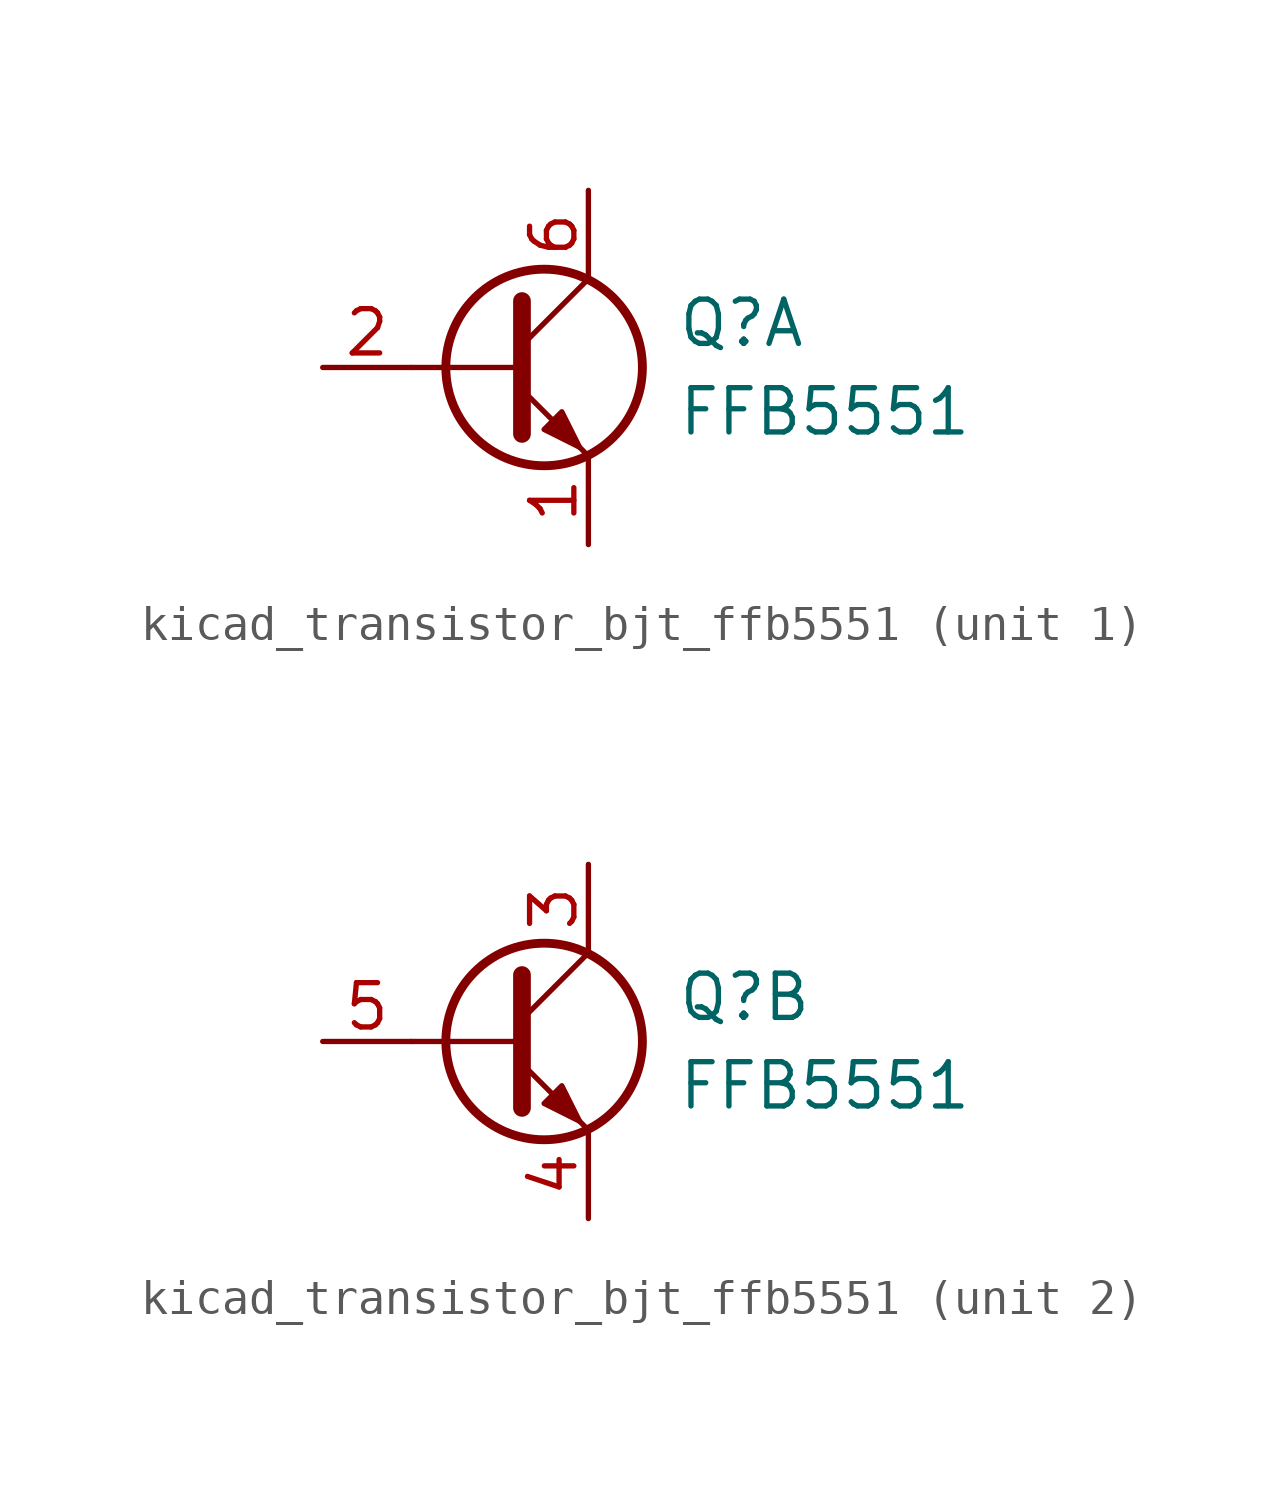
<source format=kicad_sym>
(kicad_symbol_lib
  (version 20220914)
  (generator kicad_symbol_editor)
  (symbol "kicad_transistor_bjt_ffb5551"
    (pin_names
      (offset 0) hide)
    (property "Reference" "Q"
      (at 5.08 1.27 0)
      (effects (font (size 1.27 1.27)) (justify left)))
    (property "Value" "FFB5551"
      (at 5.08 -1.27 0)
      (effects (font (size 1.27 1.27)) (justify left)))
    (property "ki_locked" ""
      (at 0 0 0)
      (effects (font (size 1.27 1.27))))
    (symbol "kicad_transistor_bjt_ffb5551_0_1"
      (polyline (pts (xy 0.635 0) (xy -2.54 0)) (stroke (width 0) (type default)) (fill (type none)))
      (polyline (pts (xy 0.635 0.635) (xy 2.54 2.54)) (stroke (width 0) (type default)) (fill (type none)))
      (polyline (pts (xy 0.635 -0.635) (xy 2.54 -2.54) (xy 2.54 -2.54)) (stroke (width 0) (type default)) (fill (type none)))
      (polyline (pts (xy 0.635 1.905) (xy 0.635 -1.905) (xy 0.635 -1.905)) (stroke (width 0.508) (type default)) (fill (type none)))
      (polyline (pts (xy 1.27 -1.778) (xy 1.778 -1.27) (xy 2.286 -2.286) (xy 1.27 -1.778) (xy 1.27 -1.778)) (stroke (width 0) (type default)) (fill (type outline)))
      (circle (center 1.27 0) (radius 2.819) (stroke (width 0.254) (type default)) (fill (type none))))
    (symbol "kicad_transistor_bjt_ffb5551_1_1"
      (pin passive line (at 2.54 -5.08 90) (length 2.54) (name "E1" (effects (font (size 1.27 1.27)))) (number "1" (effects (font (size 1.27 1.27)))))
      (pin input line (at -5.08 0 0) (length 2.54) (name "B1" (effects (font (size 1.27 1.27)))) (number "2" (effects (font (size 1.27 1.27)))))
      (pin passive line (at 2.54 5.08 270) (length 2.54) (name "C1" (effects (font (size 1.27 1.27)))) (number "6" (effects (font (size 1.27 1.27))))))
    (symbol "kicad_transistor_bjt_ffb5551_2_1"
      (pin passive line (at 2.54 5.08 270) (length 2.54) (name "C2" (effects (font (size 1.27 1.27)))) (number "3" (effects (font (size 1.27 1.27)))))
      (pin passive line (at 2.54 -5.08 90) (length 2.54) (name "E2" (effects (font (size 1.27 1.27)))) (number "4" (effects (font (size 1.27 1.27)))))
      (pin input line (at -5.08 0 0) (length 2.54) (name "B2" (effects (font (size 1.27 1.27)))) (number "5" (effects (font (size 1.27 1.27))))))))
</source>
